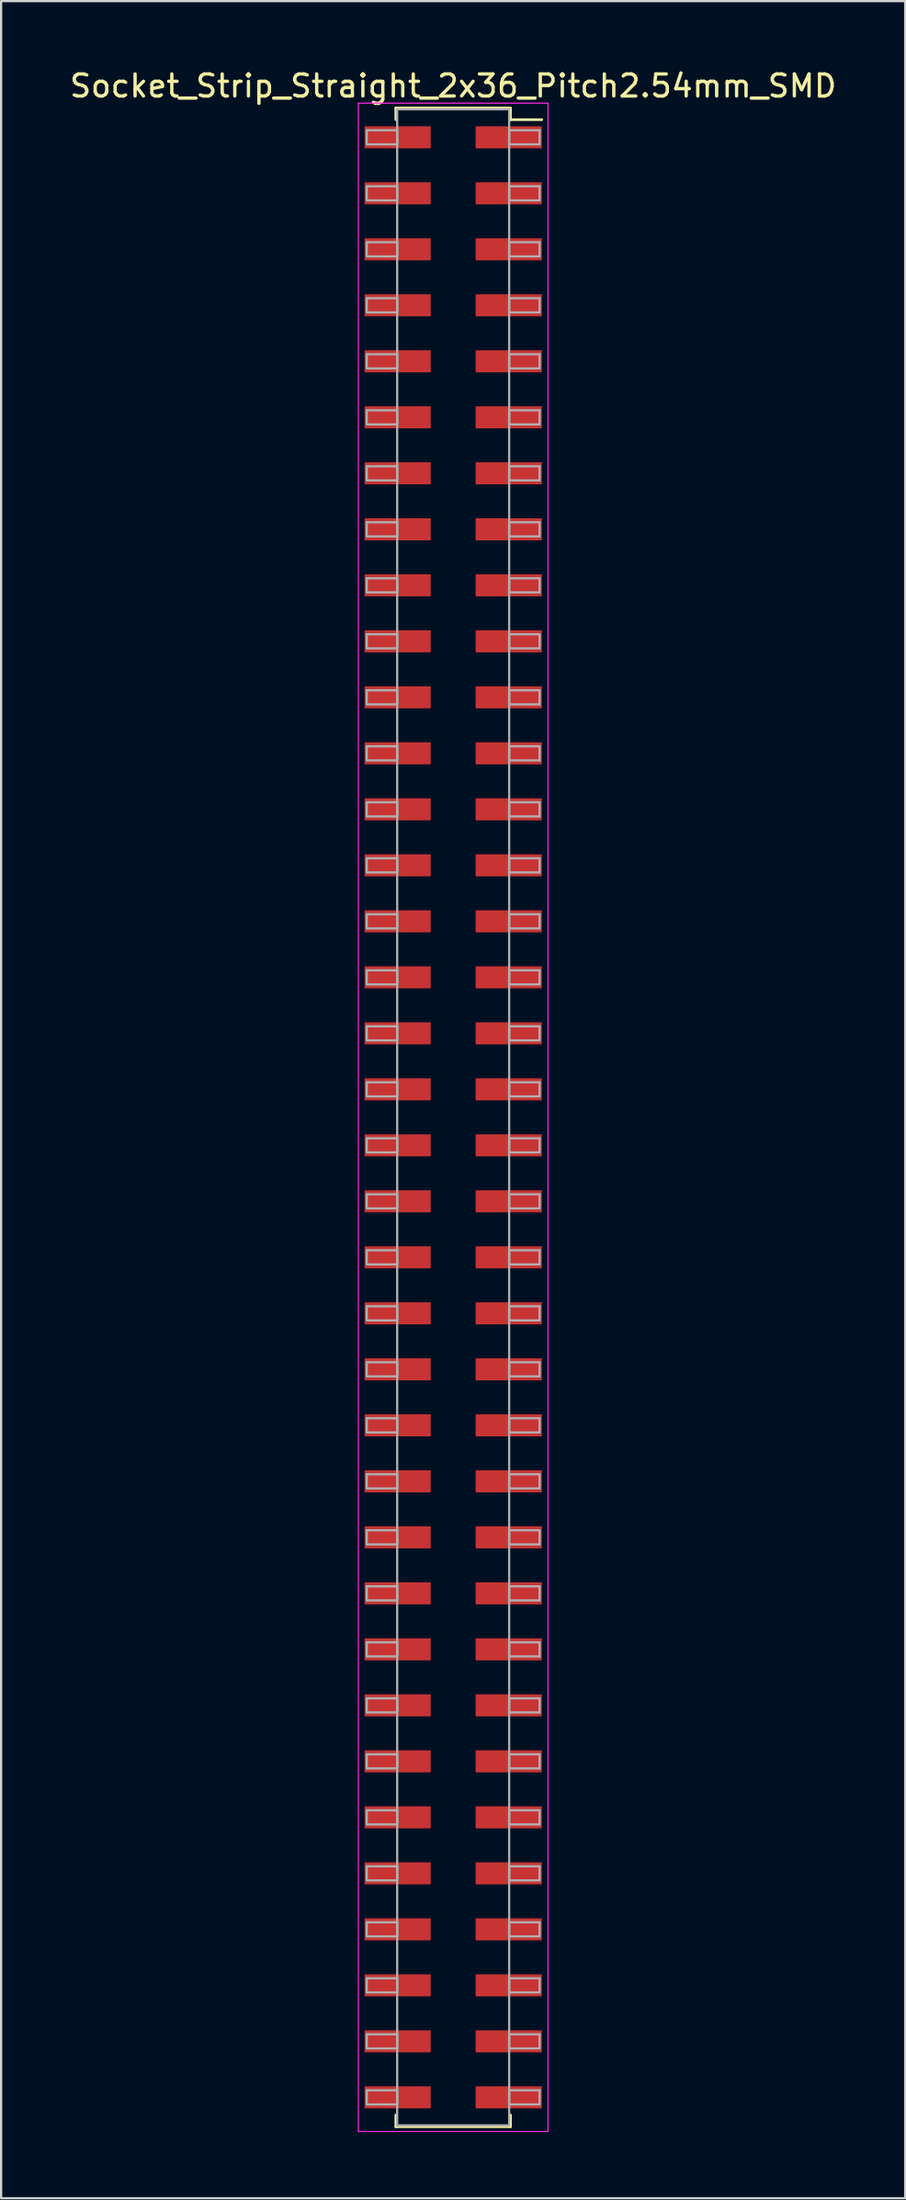
<source format=kicad_pcb>
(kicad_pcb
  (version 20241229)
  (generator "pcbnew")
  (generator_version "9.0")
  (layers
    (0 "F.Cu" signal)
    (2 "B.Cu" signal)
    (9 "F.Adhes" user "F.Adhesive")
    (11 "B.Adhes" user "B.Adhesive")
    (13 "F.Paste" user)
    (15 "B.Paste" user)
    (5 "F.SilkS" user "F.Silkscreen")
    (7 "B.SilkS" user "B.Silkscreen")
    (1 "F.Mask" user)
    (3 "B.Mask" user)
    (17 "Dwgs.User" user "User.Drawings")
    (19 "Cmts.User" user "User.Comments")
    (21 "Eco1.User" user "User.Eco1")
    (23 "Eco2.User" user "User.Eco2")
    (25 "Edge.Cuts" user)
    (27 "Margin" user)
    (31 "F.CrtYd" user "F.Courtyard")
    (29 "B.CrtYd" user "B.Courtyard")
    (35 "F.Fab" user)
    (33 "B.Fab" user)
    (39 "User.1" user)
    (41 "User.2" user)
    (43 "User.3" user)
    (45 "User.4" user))
  (footprint "Socket_Strip_Straight_2x36_Pitch2.54mm_SMD"
    (layer "F.Cu")
    (at 17.506 47.628)
    (property "Reference" "Socket_Strip_Straight_2x36_Pitch2.54mm_SMD" (at 0 -46.78 0) (layer "F.SilkS") (effects (font (size 1 1) (thickness 0.15))))
    (attr smd)
    (fp_line (start -2.6 -45.78) (end 2.6 -45.78) (stroke (width 0.12) (type solid)) (layer "F.SilkS"))
    (fp_line (start -2.6 -45.25) (end -2.6 -45.78) (stroke (width 0.12) (type solid)) (layer "F.SilkS"))
    (fp_line (start -2.6 45.25) (end -2.6 45.78) (stroke (width 0.12) (type solid)) (layer "F.SilkS"))
    (fp_line (start -2.6 45.78) (end 2.6 45.78) (stroke (width 0.12) (type solid)) (layer "F.SilkS"))
    (fp_line (start 2.6 -45.78) (end 2.6 -45.25) (stroke (width 0.12) (type solid)) (layer "F.SilkS"))
    (fp_line (start 2.6 45.78) (end 2.6 45.25) (stroke (width 0.12) (type solid)) (layer "F.SilkS"))
    (fp_line (start 4.02 -45.25) (end 2.6 -45.25) (stroke (width 0.12) (type solid)) (layer "F.SilkS"))
    (fp_line (start -4.3 -46) (end -4.3 46) (stroke (width 0.05) (type solid)) (layer "F.CrtYd"))
    (fp_line (start -4.3 46) (end 4.3 46) (stroke (width 0.05) (type solid)) (layer "F.CrtYd"))
    (fp_line (start 4.3 -46) (end -4.3 -46) (stroke (width 0.05) (type solid)) (layer "F.CrtYd"))
    (fp_line (start 4.3 46) (end 4.3 -46) (stroke (width 0.05) (type solid)) (layer "F.CrtYd"))
    (fp_line (start -3.92 -44.77) (end -2.54 -44.77) (stroke (width 0.1) (type solid)) (layer "F.Fab"))
    (fp_line (start -3.92 -44.13) (end -3.92 -44.77) (stroke (width 0.1) (type solid)) (layer "F.Fab"))
    (fp_line (start -3.92 -42.23) (end -2.54 -42.23) (stroke (width 0.1) (type solid)) (layer "F.Fab"))
    (fp_line (start -3.92 -41.59) (end -3.92 -42.23) (stroke (width 0.1) (type solid)) (layer "F.Fab"))
    (fp_line (start -3.92 -39.69) (end -2.54 -39.69) (stroke (width 0.1) (type solid)) (layer "F.Fab"))
    (fp_line (start -3.92 -39.05) (end -3.92 -39.69) (stroke (width 0.1) (type solid)) (layer "F.Fab"))
    (fp_line (start -3.92 -37.15) (end -2.54 -37.15) (stroke (width 0.1) (type solid)) (layer "F.Fab"))
    (fp_line (start -3.92 -36.51) (end -3.92 -37.15) (stroke (width 0.1) (type solid)) (layer "F.Fab"))
    (fp_line (start -3.92 -34.61) (end -2.54 -34.61) (stroke (width 0.1) (type solid)) (layer "F.Fab"))
    (fp_line (start -3.92 -33.97) (end -3.92 -34.61) (stroke (width 0.1) (type solid)) (layer "F.Fab"))
    (fp_line (start -3.92 -32.07) (end -2.54 -32.07) (stroke (width 0.1) (type solid)) (layer "F.Fab"))
    (fp_line (start -3.92 -31.43) (end -3.92 -32.07) (stroke (width 0.1) (type solid)) (layer "F.Fab"))
    (fp_line (start -3.92 -29.53) (end -2.54 -29.53) (stroke (width 0.1) (type solid)) (layer "F.Fab"))
    (fp_line (start -3.92 -28.89) (end -3.92 -29.53) (stroke (width 0.1) (type solid)) (layer "F.Fab"))
    (fp_line (start -3.92 -26.99) (end -2.54 -26.99) (stroke (width 0.1) (type solid)) (layer "F.Fab"))
    (fp_line (start -3.92 -26.35) (end -3.92 -26.99) (stroke (width 0.1) (type solid)) (layer "F.Fab"))
    (fp_line (start -3.92 -24.45) (end -2.54 -24.45) (stroke (width 0.1) (type solid)) (layer "F.Fab"))
    (fp_line (start -3.92 -23.81) (end -3.92 -24.45) (stroke (width 0.1) (type solid)) (layer "F.Fab"))
    (fp_line (start -3.92 -21.91) (end -2.54 -21.91) (stroke (width 0.1) (type solid)) (layer "F.Fab"))
    (fp_line (start -3.92 -21.27) (end -3.92 -21.91) (stroke (width 0.1) (type solid)) (layer "F.Fab"))
    (fp_line (start -3.92 -19.37) (end -2.54 -19.37) (stroke (width 0.1) (type solid)) (layer "F.Fab"))
    (fp_line (start -3.92 -18.73) (end -3.92 -19.37) (stroke (width 0.1) (type solid)) (layer "F.Fab"))
    (fp_line (start -3.92 -16.83) (end -2.54 -16.83) (stroke (width 0.1) (type solid)) (layer "F.Fab"))
    (fp_line (start -3.92 -16.19) (end -3.92 -16.83) (stroke (width 0.1) (type solid)) (layer "F.Fab"))
    (fp_line (start -3.92 -14.29) (end -2.54 -14.29) (stroke (width 0.1) (type solid)) (layer "F.Fab"))
    (fp_line (start -3.92 -13.65) (end -3.92 -14.29) (stroke (width 0.1) (type solid)) (layer "F.Fab"))
    (fp_line (start -3.92 -11.75) (end -2.54 -11.75) (stroke (width 0.1) (type solid)) (layer "F.Fab"))
    (fp_line (start -3.92 -11.11) (end -3.92 -11.75) (stroke (width 0.1) (type solid)) (layer "F.Fab"))
    (fp_line (start -3.92 -9.21) (end -2.54 -9.21) (stroke (width 0.1) (type solid)) (layer "F.Fab"))
    (fp_line (start -3.92 -8.57) (end -3.92 -9.21) (stroke (width 0.1) (type solid)) (layer "F.Fab"))
    (fp_line (start -3.92 -6.67) (end -2.54 -6.67) (stroke (width 0.1) (type solid)) (layer "F.Fab"))
    (fp_line (start -3.92 -6.03) (end -3.92 -6.67) (stroke (width 0.1) (type solid)) (layer "F.Fab"))
    (fp_line (start -3.92 -4.13) (end -2.54 -4.13) (stroke (width 0.1) (type solid)) (layer "F.Fab"))
    (fp_line (start -3.92 -3.49) (end -3.92 -4.13) (stroke (width 0.1) (type solid)) (layer "F.Fab"))
    (fp_line (start -3.92 -1.59) (end -2.54 -1.59) (stroke (width 0.1) (type solid)) (layer "F.Fab"))
    (fp_line (start -3.92 -0.95) (end -3.92 -1.59) (stroke (width 0.1) (type solid)) (layer "F.Fab"))
    (fp_line (start -3.92 0.95) (end -2.54 0.95) (stroke (width 0.1) (type solid)) (layer "F.Fab"))
    (fp_line (start -3.92 1.59) (end -3.92 0.95) (stroke (width 0.1) (type solid)) (layer "F.Fab"))
    (fp_line (start -3.92 3.49) (end -2.54 3.49) (stroke (width 0.1) (type solid)) (layer "F.Fab"))
    (fp_line (start -3.92 4.13) (end -3.92 3.49) (stroke (width 0.1) (type solid)) (layer "F.Fab"))
    (fp_line (start -3.92 6.03) (end -2.54 6.03) (stroke (width 0.1) (type solid)) (layer "F.Fab"))
    (fp_line (start -3.92 6.67) (end -3.92 6.03) (stroke (width 0.1) (type solid)) (layer "F.Fab"))
    (fp_line (start -3.92 8.57) (end -2.54 8.57) (stroke (width 0.1) (type solid)) (layer "F.Fab"))
    (fp_line (start -3.92 9.21) (end -3.92 8.57) (stroke (width 0.1) (type solid)) (layer "F.Fab"))
    (fp_line (start -3.92 11.11) (end -2.54 11.11) (stroke (width 0.1) (type solid)) (layer "F.Fab"))
    (fp_line (start -3.92 11.75) (end -3.92 11.11) (stroke (width 0.1) (type solid)) (layer "F.Fab"))
    (fp_line (start -3.92 13.65) (end -2.54 13.65) (stroke (width 0.1) (type solid)) (layer "F.Fab"))
    (fp_line (start -3.92 14.29) (end -3.92 13.65) (stroke (width 0.1) (type solid)) (layer "F.Fab"))
    (fp_line (start -3.92 16.19) (end -2.54 16.19) (stroke (width 0.1) (type solid)) (layer "F.Fab"))
    (fp_line (start -3.92 16.83) (end -3.92 16.19) (stroke (width 0.1) (type solid)) (layer "F.Fab"))
    (fp_line (start -3.92 18.73) (end -2.54 18.73) (stroke (width 0.1) (type solid)) (layer "F.Fab"))
    (fp_line (start -3.92 19.37) (end -3.92 18.73) (stroke (width 0.1) (type solid)) (layer "F.Fab"))
    (fp_line (start -3.92 21.27) (end -2.54 21.27) (stroke (width 0.1) (type solid)) (layer "F.Fab"))
    (fp_line (start -3.92 21.91) (end -3.92 21.27) (stroke (width 0.1) (type solid)) (layer "F.Fab"))
    (fp_line (start -3.92 23.81) (end -2.54 23.81) (stroke (width 0.1) (type solid)) (layer "F.Fab"))
    (fp_line (start -3.92 24.45) (end -3.92 23.81) (stroke (width 0.1) (type solid)) (layer "F.Fab"))
    (fp_line (start -3.92 26.35) (end -2.54 26.35) (stroke (width 0.1) (type solid)) (layer "F.Fab"))
    (fp_line (start -3.92 26.99) (end -3.92 26.35) (stroke (width 0.1) (type solid)) (layer "F.Fab"))
    (fp_line (start -3.92 28.89) (end -2.54 28.89) (stroke (width 0.1) (type solid)) (layer "F.Fab"))
    (fp_line (start -3.92 29.53) (end -3.92 28.89) (stroke (width 0.1) (type solid)) (layer "F.Fab"))
    (fp_line (start -3.92 31.43) (end -2.54 31.43) (stroke (width 0.1) (type solid)) (layer "F.Fab"))
    (fp_line (start -3.92 32.07) (end -3.92 31.43) (stroke (width 0.1) (type solid)) (layer "F.Fab"))
    (fp_line (start -3.92 33.97) (end -2.54 33.97) (stroke (width 0.1) (type solid)) (layer "F.Fab"))
    (fp_line (start -3.92 34.61) (end -3.92 33.97) (stroke (width 0.1) (type solid)) (layer "F.Fab"))
    (fp_line (start -3.92 36.51) (end -2.54 36.51) (stroke (width 0.1) (type solid)) (layer "F.Fab"))
    (fp_line (start -3.92 37.15) (end -3.92 36.51) (stroke (width 0.1) (type solid)) (layer "F.Fab"))
    (fp_line (start -3.92 39.05) (end -2.54 39.05) (stroke (width 0.1) (type solid)) (layer "F.Fab"))
    (fp_line (start -3.92 39.69) (end -3.92 39.05) (stroke (width 0.1) (type solid)) (layer "F.Fab"))
    (fp_line (start -3.92 41.59) (end -2.54 41.59) (stroke (width 0.1) (type solid)) (layer "F.Fab"))
    (fp_line (start -3.92 42.23) (end -3.92 41.59) (stroke (width 0.1) (type solid)) (layer "F.Fab"))
    (fp_line (start -3.92 44.13) (end -2.54 44.13) (stroke (width 0.1) (type solid)) (layer "F.Fab"))
    (fp_line (start -3.92 44.77) (end -3.92 44.13) (stroke (width 0.1) (type solid)) (layer "F.Fab"))
    (fp_line (start -2.54 -45.72) (end -2.54 45.72) (stroke (width 0.1) (type solid)) (layer "F.Fab"))
    (fp_line (start -2.54 -44.77) (end -2.54 -44.13) (stroke (width 0.1) (type solid)) (layer "F.Fab"))
    (fp_line (start -2.54 -44.13) (end -3.92 -44.13) (stroke (width 0.1) (type solid)) (layer "F.Fab"))
    (fp_line (start -2.54 -42.23) (end -2.54 -41.59) (stroke (width 0.1) (type solid)) (layer "F.Fab"))
    (fp_line (start -2.54 -41.59) (end -3.92 -41.59) (stroke (width 0.1) (type solid)) (layer "F.Fab"))
    (fp_line (start -2.54 -39.69) (end -2.54 -39.05) (stroke (width 0.1) (type solid)) (layer "F.Fab"))
    (fp_line (start -2.54 -39.05) (end -3.92 -39.05) (stroke (width 0.1) (type solid)) (layer "F.Fab"))
    (fp_line (start -2.54 -37.15) (end -2.54 -36.51) (stroke (width 0.1) (type solid)) (layer "F.Fab"))
    (fp_line (start -2.54 -36.51) (end -3.92 -36.51) (stroke (width 0.1) (type solid)) (layer "F.Fab"))
    (fp_line (start -2.54 -34.61) (end -2.54 -33.97) (stroke (width 0.1) (type solid)) (layer "F.Fab"))
    (fp_line (start -2.54 -33.97) (end -3.92 -33.97) (stroke (width 0.1) (type solid)) (layer "F.Fab"))
    (fp_line (start -2.54 -32.07) (end -2.54 -31.43) (stroke (width 0.1) (type solid)) (layer "F.Fab"))
    (fp_line (start -2.54 -31.43) (end -3.92 -31.43) (stroke (width 0.1) (type solid)) (layer "F.Fab"))
    (fp_line (start -2.54 -29.53) (end -2.54 -28.89) (stroke (width 0.1) (type solid)) (layer "F.Fab"))
    (fp_line (start -2.54 -28.89) (end -3.92 -28.89) (stroke (width 0.1) (type solid)) (layer "F.Fab"))
    (fp_line (start -2.54 -26.99) (end -2.54 -26.35) (stroke (width 0.1) (type solid)) (layer "F.Fab"))
    (fp_line (start -2.54 -26.35) (end -3.92 -26.35) (stroke (width 0.1) (type solid)) (layer "F.Fab"))
    (fp_line (start -2.54 -24.45) (end -2.54 -23.81) (stroke (width 0.1) (type solid)) (layer "F.Fab"))
    (fp_line (start -2.54 -23.81) (end -3.92 -23.81) (stroke (width 0.1) (type solid)) (layer "F.Fab"))
    (fp_line (start -2.54 -21.91) (end -2.54 -21.27) (stroke (width 0.1) (type solid)) (layer "F.Fab"))
    (fp_line (start -2.54 -21.27) (end -3.92 -21.27) (stroke (width 0.1) (type solid)) (layer "F.Fab"))
    (fp_line (start -2.54 -19.37) (end -2.54 -18.73) (stroke (width 0.1) (type solid)) (layer "F.Fab"))
    (fp_line (start -2.54 -18.73) (end -3.92 -18.73) (stroke (width 0.1) (type solid)) (layer "F.Fab"))
    (fp_line (start -2.54 -16.83) (end -2.54 -16.19) (stroke (width 0.1) (type solid)) (layer "F.Fab"))
    (fp_line (start -2.54 -16.19) (end -3.92 -16.19) (stroke (width 0.1) (type solid)) (layer "F.Fab"))
    (fp_line (start -2.54 -14.29) (end -2.54 -13.65) (stroke (width 0.1) (type solid)) (layer "F.Fab"))
    (fp_line (start -2.54 -13.65) (end -3.92 -13.65) (stroke (width 0.1) (type solid)) (layer "F.Fab"))
    (fp_line (start -2.54 -11.75) (end -2.54 -11.11) (stroke (width 0.1) (type solid)) (layer "F.Fab"))
    (fp_line (start -2.54 -11.11) (end -3.92 -11.11) (stroke (width 0.1) (type solid)) (layer "F.Fab"))
    (fp_line (start -2.54 -9.21) (end -2.54 -8.57) (stroke (width 0.1) (type solid)) (layer "F.Fab"))
    (fp_line (start -2.54 -8.57) (end -3.92 -8.57) (stroke (width 0.1) (type solid)) (layer "F.Fab"))
    (fp_line (start -2.54 -6.67) (end -2.54 -6.03) (stroke (width 0.1) (type solid)) (layer "F.Fab"))
    (fp_line (start -2.54 -6.03) (end -3.92 -6.03) (stroke (width 0.1) (type solid)) (layer "F.Fab"))
    (fp_line (start -2.54 -4.13) (end -2.54 -3.49) (stroke (width 0.1) (type solid)) (layer "F.Fab"))
    (fp_line (start -2.54 -3.49) (end -3.92 -3.49) (stroke (width 0.1) (type solid)) (layer "F.Fab"))
    (fp_line (start -2.54 -1.59) (end -2.54 -0.95) (stroke (width 0.1) (type solid)) (layer "F.Fab"))
    (fp_line (start -2.54 -0.95) (end -3.92 -0.95) (stroke (width 0.1) (type solid)) (layer "F.Fab"))
    (fp_line (start -2.54 0.95) (end -2.54 1.59) (stroke (width 0.1) (type solid)) (layer "F.Fab"))
    (fp_line (start -2.54 1.59) (end -3.92 1.59) (stroke (width 0.1) (type solid)) (layer "F.Fab"))
    (fp_line (start -2.54 3.49) (end -2.54 4.13) (stroke (width 0.1) (type solid)) (layer "F.Fab"))
    (fp_line (start -2.54 4.13) (end -3.92 4.13) (stroke (width 0.1) (type solid)) (layer "F.Fab"))
    (fp_line (start -2.54 6.03) (end -2.54 6.67) (stroke (width 0.1) (type solid)) (layer "F.Fab"))
    (fp_line (start -2.54 6.67) (end -3.92 6.67) (stroke (width 0.1) (type solid)) (layer "F.Fab"))
    (fp_line (start -2.54 8.57) (end -2.54 9.21) (stroke (width 0.1) (type solid)) (layer "F.Fab"))
    (fp_line (start -2.54 9.21) (end -3.92 9.21) (stroke (width 0.1) (type solid)) (layer "F.Fab"))
    (fp_line (start -2.54 11.11) (end -2.54 11.75) (stroke (width 0.1) (type solid)) (layer "F.Fab"))
    (fp_line (start -2.54 11.75) (end -3.92 11.75) (stroke (width 0.1) (type solid)) (layer "F.Fab"))
    (fp_line (start -2.54 13.65) (end -2.54 14.29) (stroke (width 0.1) (type solid)) (layer "F.Fab"))
    (fp_line (start -2.54 14.29) (end -3.92 14.29) (stroke (width 0.1) (type solid)) (layer "F.Fab"))
    (fp_line (start -2.54 16.19) (end -2.54 16.83) (stroke (width 0.1) (type solid)) (layer "F.Fab"))
    (fp_line (start -2.54 16.83) (end -3.92 16.83) (stroke (width 0.1) (type solid)) (layer "F.Fab"))
    (fp_line (start -2.54 18.73) (end -2.54 19.37) (stroke (width 0.1) (type solid)) (layer "F.Fab"))
    (fp_line (start -2.54 19.37) (end -3.92 19.37) (stroke (width 0.1) (type solid)) (layer "F.Fab"))
    (fp_line (start -2.54 21.27) (end -2.54 21.91) (stroke (width 0.1) (type solid)) (layer "F.Fab"))
    (fp_line (start -2.54 21.91) (end -3.92 21.91) (stroke (width 0.1) (type solid)) (layer "F.Fab"))
    (fp_line (start -2.54 23.81) (end -2.54 24.45) (stroke (width 0.1) (type solid)) (layer "F.Fab"))
    (fp_line (start -2.54 24.45) (end -3.92 24.45) (stroke (width 0.1) (type solid)) (layer "F.Fab"))
    (fp_line (start -2.54 26.35) (end -2.54 26.99) (stroke (width 0.1) (type solid)) (layer "F.Fab"))
    (fp_line (start -2.54 26.99) (end -3.92 26.99) (stroke (width 0.1) (type solid)) (layer "F.Fab"))
    (fp_line (start -2.54 28.89) (end -2.54 29.53) (stroke (width 0.1) (type solid)) (layer "F.Fab"))
    (fp_line (start -2.54 29.53) (end -3.92 29.53) (stroke (width 0.1) (type solid)) (layer "F.Fab"))
    (fp_line (start -2.54 31.43) (end -2.54 32.07) (stroke (width 0.1) (type solid)) (layer "F.Fab"))
    (fp_line (start -2.54 32.07) (end -3.92 32.07) (stroke (width 0.1) (type solid)) (layer "F.Fab"))
    (fp_line (start -2.54 33.97) (end -2.54 34.61) (stroke (width 0.1) (type solid)) (layer "F.Fab"))
    (fp_line (start -2.54 34.61) (end -3.92 34.61) (stroke (width 0.1) (type solid)) (layer "F.Fab"))
    (fp_line (start -2.54 36.51) (end -2.54 37.15) (stroke (width 0.1) (type solid)) (layer "F.Fab"))
    (fp_line (start -2.54 37.15) (end -3.92 37.15) (stroke (width 0.1) (type solid)) (layer "F.Fab"))
    (fp_line (start -2.54 39.05) (end -2.54 39.69) (stroke (width 0.1) (type solid)) (layer "F.Fab"))
    (fp_line (start -2.54 39.69) (end -3.92 39.69) (stroke (width 0.1) (type solid)) (layer "F.Fab"))
    (fp_line (start -2.54 41.59) (end -2.54 42.23) (stroke (width 0.1) (type solid)) (layer "F.Fab"))
    (fp_line (start -2.54 42.23) (end -3.92 42.23) (stroke (width 0.1) (type solid)) (layer "F.Fab"))
    (fp_line (start -2.54 44.13) (end -2.54 44.77) (stroke (width 0.1) (type solid)) (layer "F.Fab"))
    (fp_line (start -2.54 44.77) (end -3.92 44.77) (stroke (width 0.1) (type solid)) (layer "F.Fab"))
    (fp_line (start -2.54 45.72) (end 2.54 45.72) (stroke (width 0.1) (type solid)) (layer "F.Fab"))
    (fp_line (start 2.54 -45.72) (end -2.54 -45.72) (stroke (width 0.1) (type solid)) (layer "F.Fab"))
    (fp_line (start 2.54 -44.77) (end 2.54 -44.13) (stroke (width 0.1) (type solid)) (layer "F.Fab"))
    (fp_line (start 2.54 -44.13) (end 3.92 -44.13) (stroke (width 0.1) (type solid)) (layer "F.Fab"))
    (fp_line (start 2.54 -42.23) (end 2.54 -41.59) (stroke (width 0.1) (type solid)) (layer "F.Fab"))
    (fp_line (start 2.54 -41.59) (end 3.92 -41.59) (stroke (width 0.1) (type solid)) (layer "F.Fab"))
    (fp_line (start 2.54 -39.69) (end 2.54 -39.05) (stroke (width 0.1) (type solid)) (layer "F.Fab"))
    (fp_line (start 2.54 -39.05) (end 3.92 -39.05) (stroke (width 0.1) (type solid)) (layer "F.Fab"))
    (fp_line (start 2.54 -37.15) (end 2.54 -36.51) (stroke (width 0.1) (type solid)) (layer "F.Fab"))
    (fp_line (start 2.54 -36.51) (end 3.92 -36.51) (stroke (width 0.1) (type solid)) (layer "F.Fab"))
    (fp_line (start 2.54 -34.61) (end 2.54 -33.97) (stroke (width 0.1) (type solid)) (layer "F.Fab"))
    (fp_line (start 2.54 -33.97) (end 3.92 -33.97) (stroke (width 0.1) (type solid)) (layer "F.Fab"))
    (fp_line (start 2.54 -32.07) (end 2.54 -31.43) (stroke (width 0.1) (type solid)) (layer "F.Fab"))
    (fp_line (start 2.54 -31.43) (end 3.92 -31.43) (stroke (width 0.1) (type solid)) (layer "F.Fab"))
    (fp_line (start 2.54 -29.53) (end 2.54 -28.89) (stroke (width 0.1) (type solid)) (layer "F.Fab"))
    (fp_line (start 2.54 -28.89) (end 3.92 -28.89) (stroke (width 0.1) (type solid)) (layer "F.Fab"))
    (fp_line (start 2.54 -26.99) (end 2.54 -26.35) (stroke (width 0.1) (type solid)) (layer "F.Fab"))
    (fp_line (start 2.54 -26.35) (end 3.92 -26.35) (stroke (width 0.1) (type solid)) (layer "F.Fab"))
    (fp_line (start 2.54 -24.45) (end 2.54 -23.81) (stroke (width 0.1) (type solid)) (layer "F.Fab"))
    (fp_line (start 2.54 -23.81) (end 3.92 -23.81) (stroke (width 0.1) (type solid)) (layer "F.Fab"))
    (fp_line (start 2.54 -21.91) (end 2.54 -21.27) (stroke (width 0.1) (type solid)) (layer "F.Fab"))
    (fp_line (start 2.54 -21.27) (end 3.92 -21.27) (stroke (width 0.1) (type solid)) (layer "F.Fab"))
    (fp_line (start 2.54 -19.37) (end 2.54 -18.73) (stroke (width 0.1) (type solid)) (layer "F.Fab"))
    (fp_line (start 2.54 -18.73) (end 3.92 -18.73) (stroke (width 0.1) (type solid)) (layer "F.Fab"))
    (fp_line (start 2.54 -16.83) (end 2.54 -16.19) (stroke (width 0.1) (type solid)) (layer "F.Fab"))
    (fp_line (start 2.54 -16.19) (end 3.92 -16.19) (stroke (width 0.1) (type solid)) (layer "F.Fab"))
    (fp_line (start 2.54 -14.29) (end 2.54 -13.65) (stroke (width 0.1) (type solid)) (layer "F.Fab"))
    (fp_line (start 2.54 -13.65) (end 3.92 -13.65) (stroke (width 0.1) (type solid)) (layer "F.Fab"))
    (fp_line (start 2.54 -11.75) (end 2.54 -11.11) (stroke (width 0.1) (type solid)) (layer "F.Fab"))
    (fp_line (start 2.54 -11.11) (end 3.92 -11.11) (stroke (width 0.1) (type solid)) (layer "F.Fab"))
    (fp_line (start 2.54 -9.21) (end 2.54 -8.57) (stroke (width 0.1) (type solid)) (layer "F.Fab"))
    (fp_line (start 2.54 -8.57) (end 3.92 -8.57) (stroke (width 0.1) (type solid)) (layer "F.Fab"))
    (fp_line (start 2.54 -6.67) (end 2.54 -6.03) (stroke (width 0.1) (type solid)) (layer "F.Fab"))
    (fp_line (start 2.54 -6.03) (end 3.92 -6.03) (stroke (width 0.1) (type solid)) (layer "F.Fab"))
    (fp_line (start 2.54 -4.13) (end 2.54 -3.49) (stroke (width 0.1) (type solid)) (layer "F.Fab"))
    (fp_line (start 2.54 -3.49) (end 3.92 -3.49) (stroke (width 0.1) (type solid)) (layer "F.Fab"))
    (fp_line (start 2.54 -1.59) (end 2.54 -0.95) (stroke (width 0.1) (type solid)) (layer "F.Fab"))
    (fp_line (start 2.54 -0.95) (end 3.92 -0.95) (stroke (width 0.1) (type solid)) (layer "F.Fab"))
    (fp_line (start 2.54 0.95) (end 2.54 1.59) (stroke (width 0.1) (type solid)) (layer "F.Fab"))
    (fp_line (start 2.54 1.59) (end 3.92 1.59) (stroke (width 0.1) (type solid)) (layer "F.Fab"))
    (fp_line (start 2.54 3.49) (end 2.54 4.13) (stroke (width 0.1) (type solid)) (layer "F.Fab"))
    (fp_line (start 2.54 4.13) (end 3.92 4.13) (stroke (width 0.1) (type solid)) (layer "F.Fab"))
    (fp_line (start 2.54 6.03) (end 2.54 6.67) (stroke (width 0.1) (type solid)) (layer "F.Fab"))
    (fp_line (start 2.54 6.67) (end 3.92 6.67) (stroke (width 0.1) (type solid)) (layer "F.Fab"))
    (fp_line (start 2.54 8.57) (end 2.54 9.21) (stroke (width 0.1) (type solid)) (layer "F.Fab"))
    (fp_line (start 2.54 9.21) (end 3.92 9.21) (stroke (width 0.1) (type solid)) (layer "F.Fab"))
    (fp_line (start 2.54 11.11) (end 2.54 11.75) (stroke (width 0.1) (type solid)) (layer "F.Fab"))
    (fp_line (start 2.54 11.75) (end 3.92 11.75) (stroke (width 0.1) (type solid)) (layer "F.Fab"))
    (fp_line (start 2.54 13.65) (end 2.54 14.29) (stroke (width 0.1) (type solid)) (layer "F.Fab"))
    (fp_line (start 2.54 14.29) (end 3.92 14.29) (stroke (width 0.1) (type solid)) (layer "F.Fab"))
    (fp_line (start 2.54 16.19) (end 2.54 16.83) (stroke (width 0.1) (type solid)) (layer "F.Fab"))
    (fp_line (start 2.54 16.83) (end 3.92 16.83) (stroke (width 0.1) (type solid)) (layer "F.Fab"))
    (fp_line (start 2.54 18.73) (end 2.54 19.37) (stroke (width 0.1) (type solid)) (layer "F.Fab"))
    (fp_line (start 2.54 19.37) (end 3.92 19.37) (stroke (width 0.1) (type solid)) (layer "F.Fab"))
    (fp_line (start 2.54 21.27) (end 2.54 21.91) (stroke (width 0.1) (type solid)) (layer "F.Fab"))
    (fp_line (start 2.54 21.91) (end 3.92 21.91) (stroke (width 0.1) (type solid)) (layer "F.Fab"))
    (fp_line (start 2.54 23.81) (end 2.54 24.45) (stroke (width 0.1) (type solid)) (layer "F.Fab"))
    (fp_line (start 2.54 24.45) (end 3.92 24.45) (stroke (width 0.1) (type solid)) (layer "F.Fab"))
    (fp_line (start 2.54 26.35) (end 2.54 26.99) (stroke (width 0.1) (type solid)) (layer "F.Fab"))
    (fp_line (start 2.54 26.99) (end 3.92 26.99) (stroke (width 0.1) (type solid)) (layer "F.Fab"))
    (fp_line (start 2.54 28.89) (end 2.54 29.53) (stroke (width 0.1) (type solid)) (layer "F.Fab"))
    (fp_line (start 2.54 29.53) (end 3.92 29.53) (stroke (width 0.1) (type solid)) (layer "F.Fab"))
    (fp_line (start 2.54 31.43) (end 2.54 32.07) (stroke (width 0.1) (type solid)) (layer "F.Fab"))
    (fp_line (start 2.54 32.07) (end 3.92 32.07) (stroke (width 0.1) (type solid)) (layer "F.Fab"))
    (fp_line (start 2.54 33.97) (end 2.54 34.61) (stroke (width 0.1) (type solid)) (layer "F.Fab"))
    (fp_line (start 2.54 34.61) (end 3.92 34.61) (stroke (width 0.1) (type solid)) (layer "F.Fab"))
    (fp_line (start 2.54 36.51) (end 2.54 37.15) (stroke (width 0.1) (type solid)) (layer "F.Fab"))
    (fp_line (start 2.54 37.15) (end 3.92 37.15) (stroke (width 0.1) (type solid)) (layer "F.Fab"))
    (fp_line (start 2.54 39.05) (end 2.54 39.69) (stroke (width 0.1) (type solid)) (layer "F.Fab"))
    (fp_line (start 2.54 39.69) (end 3.92 39.69) (stroke (width 0.1) (type solid)) (layer "F.Fab"))
    (fp_line (start 2.54 41.59) (end 2.54 42.23) (stroke (width 0.1) (type solid)) (layer "F.Fab"))
    (fp_line (start 2.54 42.23) (end 3.92 42.23) (stroke (width 0.1) (type solid)) (layer "F.Fab"))
    (fp_line (start 2.54 44.13) (end 2.54 44.77) (stroke (width 0.1) (type solid)) (layer "F.Fab"))
    (fp_line (start 2.54 44.77) (end 3.92 44.77) (stroke (width 0.1) (type solid)) (layer "F.Fab"))
    (fp_line (start 2.54 45.72) (end 2.54 -45.72) (stroke (width 0.1) (type solid)) (layer "F.Fab"))
    (fp_line (start 3.92 -44.77) (end 2.54 -44.77) (stroke (width 0.1) (type solid)) (layer "F.Fab"))
    (fp_line (start 3.92 -44.13) (end 3.92 -44.77) (stroke (width 0.1) (type solid)) (layer "F.Fab"))
    (fp_line (start 3.92 -42.23) (end 2.54 -42.23) (stroke (width 0.1) (type solid)) (layer "F.Fab"))
    (fp_line (start 3.92 -41.59) (end 3.92 -42.23) (stroke (width 0.1) (type solid)) (layer "F.Fab"))
    (fp_line (start 3.92 -39.69) (end 2.54 -39.69) (stroke (width 0.1) (type solid)) (layer "F.Fab"))
    (fp_line (start 3.92 -39.05) (end 3.92 -39.69) (stroke (width 0.1) (type solid)) (layer "F.Fab"))
    (fp_line (start 3.92 -37.15) (end 2.54 -37.15) (stroke (width 0.1) (type solid)) (layer "F.Fab"))
    (fp_line (start 3.92 -36.51) (end 3.92 -37.15) (stroke (width 0.1) (type solid)) (layer "F.Fab"))
    (fp_line (start 3.92 -34.61) (end 2.54 -34.61) (stroke (width 0.1) (type solid)) (layer "F.Fab"))
    (fp_line (start 3.92 -33.97) (end 3.92 -34.61) (stroke (width 0.1) (type solid)) (layer "F.Fab"))
    (fp_line (start 3.92 -32.07) (end 2.54 -32.07) (stroke (width 0.1) (type solid)) (layer "F.Fab"))
    (fp_line (start 3.92 -31.43) (end 3.92 -32.07) (stroke (width 0.1) (type solid)) (layer "F.Fab"))
    (fp_line (start 3.92 -29.53) (end 2.54 -29.53) (stroke (width 0.1) (type solid)) (layer "F.Fab"))
    (fp_line (start 3.92 -28.89) (end 3.92 -29.53) (stroke (width 0.1) (type solid)) (layer "F.Fab"))
    (fp_line (start 3.92 -26.99) (end 2.54 -26.99) (stroke (width 0.1) (type solid)) (layer "F.Fab"))
    (fp_line (start 3.92 -26.35) (end 3.92 -26.99) (stroke (width 0.1) (type solid)) (layer "F.Fab"))
    (fp_line (start 3.92 -24.45) (end 2.54 -24.45) (stroke (width 0.1) (type solid)) (layer "F.Fab"))
    (fp_line (start 3.92 -23.81) (end 3.92 -24.45) (stroke (width 0.1) (type solid)) (layer "F.Fab"))
    (fp_line (start 3.92 -21.91) (end 2.54 -21.91) (stroke (width 0.1) (type solid)) (layer "F.Fab"))
    (fp_line (start 3.92 -21.27) (end 3.92 -21.91) (stroke (width 0.1) (type solid)) (layer "F.Fab"))
    (fp_line (start 3.92 -19.37) (end 2.54 -19.37) (stroke (width 0.1) (type solid)) (layer "F.Fab"))
    (fp_line (start 3.92 -18.73) (end 3.92 -19.37) (stroke (width 0.1) (type solid)) (layer "F.Fab"))
    (fp_line (start 3.92 -16.83) (end 2.54 -16.83) (stroke (width 0.1) (type solid)) (layer "F.Fab"))
    (fp_line (start 3.92 -16.19) (end 3.92 -16.83) (stroke (width 0.1) (type solid)) (layer "F.Fab"))
    (fp_line (start 3.92 -14.29) (end 2.54 -14.29) (stroke (width 0.1) (type solid)) (layer "F.Fab"))
    (fp_line (start 3.92 -13.65) (end 3.92 -14.29) (stroke (width 0.1) (type solid)) (layer "F.Fab"))
    (fp_line (start 3.92 -11.75) (end 2.54 -11.75) (stroke (width 0.1) (type solid)) (layer "F.Fab"))
    (fp_line (start 3.92 -11.11) (end 3.92 -11.75) (stroke (width 0.1) (type solid)) (layer "F.Fab"))
    (fp_line (start 3.92 -9.21) (end 2.54 -9.21) (stroke (width 0.1) (type solid)) (layer "F.Fab"))
    (fp_line (start 3.92 -8.57) (end 3.92 -9.21) (stroke (width 0.1) (type solid)) (layer "F.Fab"))
    (fp_line (start 3.92 -6.67) (end 2.54 -6.67) (stroke (width 0.1) (type solid)) (layer "F.Fab"))
    (fp_line (start 3.92 -6.03) (end 3.92 -6.67) (stroke (width 0.1) (type solid)) (layer "F.Fab"))
    (fp_line (start 3.92 -4.13) (end 2.54 -4.13) (stroke (width 0.1) (type solid)) (layer "F.Fab"))
    (fp_line (start 3.92 -3.49) (end 3.92 -4.13) (stroke (width 0.1) (type solid)) (layer "F.Fab"))
    (fp_line (start 3.92 -1.59) (end 2.54 -1.59) (stroke (width 0.1) (type solid)) (layer "F.Fab"))
    (fp_line (start 3.92 -0.95) (end 3.92 -1.59) (stroke (width 0.1) (type solid)) (layer "F.Fab"))
    (fp_line (start 3.92 0.95) (end 2.54 0.95) (stroke (width 0.1) (type solid)) (layer "F.Fab"))
    (fp_line (start 3.92 1.59) (end 3.92 0.95) (stroke (width 0.1) (type solid)) (layer "F.Fab"))
    (fp_line (start 3.92 3.49) (end 2.54 3.49) (stroke (width 0.1) (type solid)) (layer "F.Fab"))
    (fp_line (start 3.92 4.13) (end 3.92 3.49) (stroke (width 0.1) (type solid)) (layer "F.Fab"))
    (fp_line (start 3.92 6.03) (end 2.54 6.03) (stroke (width 0.1) (type solid)) (layer "F.Fab"))
    (fp_line (start 3.92 6.67) (end 3.92 6.03) (stroke (width 0.1) (type solid)) (layer "F.Fab"))
    (fp_line (start 3.92 8.57) (end 2.54 8.57) (stroke (width 0.1) (type solid)) (layer "F.Fab"))
    (fp_line (start 3.92 9.21) (end 3.92 8.57) (stroke (width 0.1) (type solid)) (layer "F.Fab"))
    (fp_line (start 3.92 11.11) (end 2.54 11.11) (stroke (width 0.1) (type solid)) (layer "F.Fab"))
    (fp_line (start 3.92 11.75) (end 3.92 11.11) (stroke (width 0.1) (type solid)) (layer "F.Fab"))
    (fp_line (start 3.92 13.65) (end 2.54 13.65) (stroke (width 0.1) (type solid)) (layer "F.Fab"))
    (fp_line (start 3.92 14.29) (end 3.92 13.65) (stroke (width 0.1) (type solid)) (layer "F.Fab"))
    (fp_line (start 3.92 16.19) (end 2.54 16.19) (stroke (width 0.1) (type solid)) (layer "F.Fab"))
    (fp_line (start 3.92 16.83) (end 3.92 16.19) (stroke (width 0.1) (type solid)) (layer "F.Fab"))
    (fp_line (start 3.92 18.73) (end 2.54 18.73) (stroke (width 0.1) (type solid)) (layer "F.Fab"))
    (fp_line (start 3.92 19.37) (end 3.92 18.73) (stroke (width 0.1) (type solid)) (layer "F.Fab"))
    (fp_line (start 3.92 21.27) (end 2.54 21.27) (stroke (width 0.1) (type solid)) (layer "F.Fab"))
    (fp_line (start 3.92 21.91) (end 3.92 21.27) (stroke (width 0.1) (type solid)) (layer "F.Fab"))
    (fp_line (start 3.92 23.81) (end 2.54 23.81) (stroke (width 0.1) (type solid)) (layer "F.Fab"))
    (fp_line (start 3.92 24.45) (end 3.92 23.81) (stroke (width 0.1) (type solid)) (layer "F.Fab"))
    (fp_line (start 3.92 26.35) (end 2.54 26.35) (stroke (width 0.1) (type solid)) (layer "F.Fab"))
    (fp_line (start 3.92 26.99) (end 3.92 26.35) (stroke (width 0.1) (type solid)) (layer "F.Fab"))
    (fp_line (start 3.92 28.89) (end 2.54 28.89) (stroke (width 0.1) (type solid)) (layer "F.Fab"))
    (fp_line (start 3.92 29.53) (end 3.92 28.89) (stroke (width 0.1) (type solid)) (layer "F.Fab"))
    (fp_line (start 3.92 31.43) (end 2.54 31.43) (stroke (width 0.1) (type solid)) (layer "F.Fab"))
    (fp_line (start 3.92 32.07) (end 3.92 31.43) (stroke (width 0.1) (type solid)) (layer "F.Fab"))
    (fp_line (start 3.92 33.97) (end 2.54 33.97) (stroke (width 0.1) (type solid)) (layer "F.Fab"))
    (fp_line (start 3.92 34.61) (end 3.92 33.97) (stroke (width 0.1) (type solid)) (layer "F.Fab"))
    (fp_line (start 3.92 36.51) (end 2.54 36.51) (stroke (width 0.1) (type solid)) (layer "F.Fab"))
    (fp_line (start 3.92 37.15) (end 3.92 36.51) (stroke (width 0.1) (type solid)) (layer "F.Fab"))
    (fp_line (start 3.92 39.05) (end 2.54 39.05) (stroke (width 0.1) (type solid)) (layer "F.Fab"))
    (fp_line (start 3.92 39.69) (end 3.92 39.05) (stroke (width 0.1) (type solid)) (layer "F.Fab"))
    (fp_line (start 3.92 41.59) (end 2.54 41.59) (stroke (width 0.1) (type solid)) (layer "F.Fab"))
    (fp_line (start 3.92 42.23) (end 3.92 41.59) (stroke (width 0.1) (type solid)) (layer "F.Fab"))
    (fp_line (start 3.92 44.13) (end 2.54 44.13) (stroke (width 0.1) (type solid)) (layer "F.Fab"))
    (fp_line (start 3.92 44.77) (end 3.92 44.13) (stroke (width 0.1) (type solid)) (layer "F.Fab"))
    (pad "1" smd rect (at 2.52 -44.45) (size 3 1) (layers "F.Cu" "F.Mask"))
    (pad "2" smd rect (at -2.52 -44.45) (size 3 1) (layers "F.Cu" "F.Mask"))
    (pad "3" smd rect (at 2.52 -41.91) (size 3 1) (layers "F.Cu" "F.Mask"))
    (pad "4" smd rect (at -2.52 -41.91) (size 3 1) (layers "F.Cu" "F.Mask"))
    (pad "5" smd rect (at 2.52 -39.37) (size 3 1) (layers "F.Cu" "F.Mask"))
    (pad "6" smd rect (at -2.52 -39.37) (size 3 1) (layers "F.Cu" "F.Mask"))
    (pad "7" smd rect (at 2.52 -36.83) (size 3 1) (layers "F.Cu" "F.Mask"))
    (pad "8" smd rect (at -2.52 -36.83) (size 3 1) (layers "F.Cu" "F.Mask"))
    (pad "9" smd rect (at 2.52 -34.29) (size 3 1) (layers "F.Cu" "F.Mask"))
    (pad "10" smd rect (at -2.52 -34.29) (size 3 1) (layers "F.Cu" "F.Mask"))
    (pad "11" smd rect (at 2.52 -31.75) (size 3 1) (layers "F.Cu" "F.Mask"))
    (pad "12" smd rect (at -2.52 -31.75) (size 3 1) (layers "F.Cu" "F.Mask"))
    (pad "13" smd rect (at 2.52 -29.21) (size 3 1) (layers "F.Cu" "F.Mask"))
    (pad "14" smd rect (at -2.52 -29.21) (size 3 1) (layers "F.Cu" "F.Mask"))
    (pad "15" smd rect (at 2.52 -26.67) (size 3 1) (layers "F.Cu" "F.Mask"))
    (pad "16" smd rect (at -2.52 -26.67) (size 3 1) (layers "F.Cu" "F.Mask"))
    (pad "17" smd rect (at 2.52 -24.13) (size 3 1) (layers "F.Cu" "F.Mask"))
    (pad "18" smd rect (at -2.52 -24.13) (size 3 1) (layers "F.Cu" "F.Mask"))
    (pad "19" smd rect (at 2.52 -21.59) (size 3 1) (layers "F.Cu" "F.Mask"))
    (pad "20" smd rect (at -2.52 -21.59) (size 3 1) (layers "F.Cu" "F.Mask"))
    (pad "21" smd rect (at 2.52 -19.05) (size 3 1) (layers "F.Cu" "F.Mask"))
    (pad "22" smd rect (at -2.52 -19.05) (size 3 1) (layers "F.Cu" "F.Mask"))
    (pad "23" smd rect (at 2.52 -16.51) (size 3 1) (layers "F.Cu" "F.Mask"))
    (pad "24" smd rect (at -2.52 -16.51) (size 3 1) (layers "F.Cu" "F.Mask"))
    (pad "25" smd rect (at 2.52 -13.97) (size 3 1) (layers "F.Cu" "F.Mask"))
    (pad "26" smd rect (at -2.52 -13.97) (size 3 1) (layers "F.Cu" "F.Mask"))
    (pad "27" smd rect (at 2.52 -11.43) (size 3 1) (layers "F.Cu" "F.Mask"))
    (pad "28" smd rect (at -2.52 -11.43) (size 3 1) (layers "F.Cu" "F.Mask"))
    (pad "29" smd rect (at 2.52 -8.89) (size 3 1) (layers "F.Cu" "F.Mask"))
    (pad "30" smd rect (at -2.52 -8.89) (size 3 1) (layers "F.Cu" "F.Mask"))
    (pad "31" smd rect (at 2.52 -6.35) (size 3 1) (layers "F.Cu" "F.Mask"))
    (pad "32" smd rect (at -2.52 -6.35) (size 3 1) (layers "F.Cu" "F.Mask"))
    (pad "33" smd rect (at 2.52 -3.81) (size 3 1) (layers "F.Cu" "F.Mask"))
    (pad "34" smd rect (at -2.52 -3.81) (size 3 1) (layers "F.Cu" "F.Mask"))
    (pad "35" smd rect (at 2.52 -1.27) (size 3 1) (layers "F.Cu" "F.Mask"))
    (pad "36" smd rect (at -2.52 -1.27) (size 3 1) (layers "F.Cu" "F.Mask"))
    (pad "37" smd rect (at 2.52 1.27) (size 3 1) (layers "F.Cu" "F.Mask"))
    (pad "38" smd rect (at -2.52 1.27) (size 3 1) (layers "F.Cu" "F.Mask"))
    (pad "39" smd rect (at 2.52 3.81) (size 3 1) (layers "F.Cu" "F.Mask"))
    (pad "40" smd rect (at -2.52 3.81) (size 3 1) (layers "F.Cu" "F.Mask"))
    (pad "41" smd rect (at 2.52 6.35) (size 3 1) (layers "F.Cu" "F.Mask"))
    (pad "42" smd rect (at -2.52 6.35) (size 3 1) (layers "F.Cu" "F.Mask"))
    (pad "43" smd rect (at 2.52 8.89) (size 3 1) (layers "F.Cu" "F.Mask"))
    (pad "44" smd rect (at -2.52 8.89) (size 3 1) (layers "F.Cu" "F.Mask"))
    (pad "45" smd rect (at 2.52 11.43) (size 3 1) (layers "F.Cu" "F.Mask"))
    (pad "46" smd rect (at -2.52 11.43) (size 3 1) (layers "F.Cu" "F.Mask"))
    (pad "47" smd rect (at 2.52 13.97) (size 3 1) (layers "F.Cu" "F.Mask"))
    (pad "48" smd rect (at -2.52 13.97) (size 3 1) (layers "F.Cu" "F.Mask"))
    (pad "49" smd rect (at 2.52 16.51) (size 3 1) (layers "F.Cu" "F.Mask"))
    (pad "50" smd rect (at -2.52 16.51) (size 3 1) (layers "F.Cu" "F.Mask"))
    (pad "51" smd rect (at 2.52 19.05) (size 3 1) (layers "F.Cu" "F.Mask"))
    (pad "52" smd rect (at -2.52 19.05) (size 3 1) (layers "F.Cu" "F.Mask"))
    (pad "53" smd rect (at 2.52 21.59) (size 3 1) (layers "F.Cu" "F.Mask"))
    (pad "54" smd rect (at -2.52 21.59) (size 3 1) (layers "F.Cu" "F.Mask"))
    (pad "55" smd rect (at 2.52 24.13) (size 3 1) (layers "F.Cu" "F.Mask"))
    (pad "56" smd rect (at -2.52 24.13) (size 3 1) (layers "F.Cu" "F.Mask"))
    (pad "57" smd rect (at 2.52 26.67) (size 3 1) (layers "F.Cu" "F.Mask"))
    (pad "58" smd rect (at -2.52 26.67) (size 3 1) (layers "F.Cu" "F.Mask"))
    (pad "59" smd rect (at 2.52 29.21) (size 3 1) (layers "F.Cu" "F.Mask"))
    (pad "60" smd rect (at -2.52 29.21) (size 3 1) (layers "F.Cu" "F.Mask"))
    (pad "61" smd rect (at 2.52 31.75) (size 3 1) (layers "F.Cu" "F.Mask"))
    (pad "62" smd rect (at -2.52 31.75) (size 3 1) (layers "F.Cu" "F.Mask"))
    (pad "63" smd rect (at 2.52 34.29) (size 3 1) (layers "F.Cu" "F.Mask"))
    (pad "64" smd rect (at -2.52 34.29) (size 3 1) (layers "F.Cu" "F.Mask"))
    (pad "65" smd rect (at 2.52 36.83) (size 3 1) (layers "F.Cu" "F.Mask"))
    (pad "66" smd rect (at -2.52 36.83) (size 3 1) (layers "F.Cu" "F.Mask"))
    (pad "67" smd rect (at 2.52 39.37) (size 3 1) (layers "F.Cu" "F.Mask"))
    (pad "68" smd rect (at -2.52 39.37) (size 3 1) (layers "F.Cu" "F.Mask"))
    (pad "69" smd rect (at 2.52 41.91) (size 3 1) (layers "F.Cu" "F.Mask"))
    (pad "70" smd rect (at -2.52 41.91) (size 3 1) (layers "F.Cu" "F.Mask"))
    (pad "71" smd rect (at 2.52 44.45) (size 3 1) (layers "F.Cu" "F.Mask"))
    (pad "72" smd rect (at -2.52 44.45) (size 3 1) (layers "F.Cu" "F.Mask")))
  (gr_rect
    (start -3 -3)
    (end 38.012 96.653)
    (stroke (width 0.1) (type default))
    (fill no)
    (layer "Edge.Cuts")))
</source>
